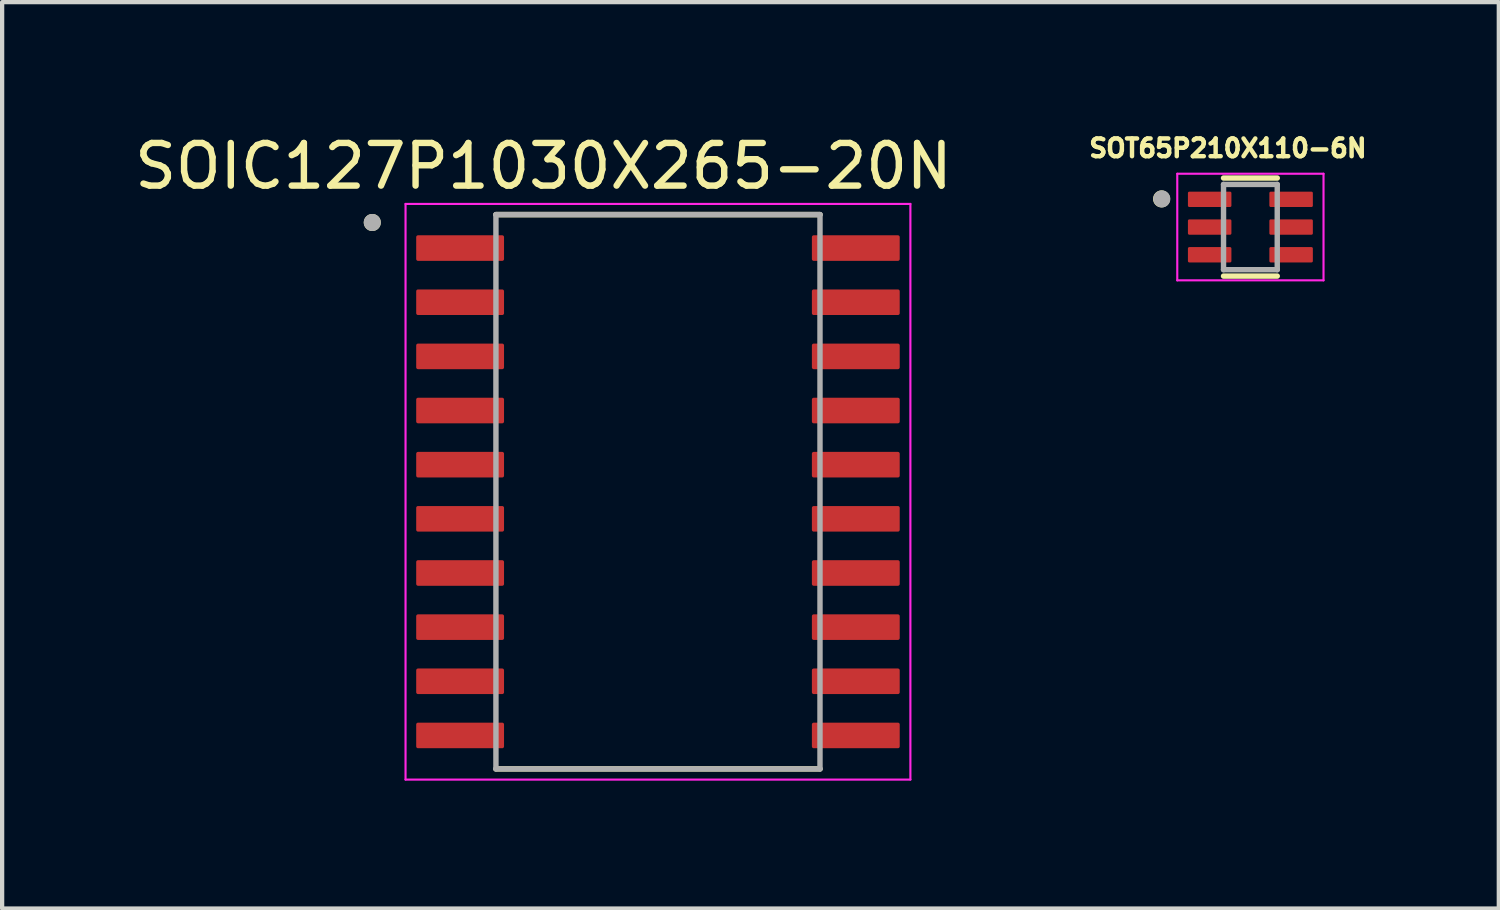
<source format=kicad_pcb>
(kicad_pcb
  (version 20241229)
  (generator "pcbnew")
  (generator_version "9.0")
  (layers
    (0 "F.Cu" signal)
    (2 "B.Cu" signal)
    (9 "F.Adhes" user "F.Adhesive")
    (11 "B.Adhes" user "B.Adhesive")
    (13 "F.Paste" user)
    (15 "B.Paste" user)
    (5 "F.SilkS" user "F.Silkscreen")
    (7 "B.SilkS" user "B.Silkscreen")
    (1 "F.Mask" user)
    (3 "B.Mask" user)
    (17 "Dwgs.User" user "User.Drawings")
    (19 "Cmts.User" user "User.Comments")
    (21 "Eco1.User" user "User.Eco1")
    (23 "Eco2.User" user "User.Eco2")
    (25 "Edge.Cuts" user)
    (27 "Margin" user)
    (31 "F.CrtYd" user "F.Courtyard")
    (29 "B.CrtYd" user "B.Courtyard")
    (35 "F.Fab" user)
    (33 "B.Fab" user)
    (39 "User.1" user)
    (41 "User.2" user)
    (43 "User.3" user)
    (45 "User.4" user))
  (footprint "SOIC127P1030X265-20N"
    (layer "F.Cu")
    (at 12.381 8.483)
    (property "Reference" "SOIC127P1030X265-20N" (at -2.685 -7.635 0) (layer "F.SilkS") (effects (font (size 1 1) (thickness 0.15))))
    (attr smd)
    (fp_line (start -3.8 -6.5) (end 3.8 -6.5) (stroke (width 0.127) (type solid)) (layer "F.SilkS"))
    (fp_line (start -3.8 6.5) (end 3.8 6.5) (stroke (width 0.127) (type solid)) (layer "F.SilkS"))
    (fp_circle (center -6.7 -6.315) (end -6.6 -6.315) (stroke (width 0.2) (type solid)) (fill no) (layer "F.SilkS"))
    (fp_line (start -5.92 -6.75) (end -5.92 6.75) (stroke (width 0.05) (type solid)) (layer "F.CrtYd"))
    (fp_line (start -5.92 -6.75) (end 5.92 -6.75) (stroke (width 0.05) (type solid)) (layer "F.CrtYd"))
    (fp_line (start -5.92 6.75) (end 5.92 6.75) (stroke (width 0.05) (type solid)) (layer "F.CrtYd"))
    (fp_line (start 5.92 -6.75) (end 5.92 6.75) (stroke (width 0.05) (type solid)) (layer "F.CrtYd"))
    (fp_line (start -3.8 -6.5) (end -3.8 6.5) (stroke (width 0.127) (type solid)) (layer "F.Fab"))
    (fp_line (start -3.8 -6.5) (end 3.8 -6.5) (stroke (width 0.127) (type solid)) (layer "F.Fab"))
    (fp_line (start -3.8 6.5) (end 3.8 6.5) (stroke (width 0.127) (type solid)) (layer "F.Fab"))
    (fp_line (start 3.8 -6.5) (end 3.8 6.5) (stroke (width 0.127) (type solid)) (layer "F.Fab"))
    (fp_circle (center -6.7 -6.315) (end -6.6 -6.315) (stroke (width 0.2) (type solid)) (fill no) (layer "F.Fab"))
    (pad "1" smd roundrect (at -4.64 -5.715) (size 2.06 0.6) (layers "F.Cu" "F.Mask" "F.Paste") (roundrect_rratio 0.07))
    (pad "2" smd roundrect (at -4.64 -4.445) (size 2.06 0.6) (layers "F.Cu" "F.Mask" "F.Paste") (roundrect_rratio 0.07))
    (pad "3" smd roundrect (at -4.64 -3.175) (size 2.06 0.6) (layers "F.Cu" "F.Mask" "F.Paste") (roundrect_rratio 0.07))
    (pad "4" smd roundrect (at -4.64 -1.905) (size 2.06 0.6) (layers "F.Cu" "F.Mask" "F.Paste") (roundrect_rratio 0.07))
    (pad "5" smd roundrect (at -4.64 -0.635) (size 2.06 0.6) (layers "F.Cu" "F.Mask" "F.Paste") (roundrect_rratio 0.07))
    (pad "6" smd roundrect (at -4.64 0.635) (size 2.06 0.6) (layers "F.Cu" "F.Mask" "F.Paste") (roundrect_rratio 0.07))
    (pad "7" smd roundrect (at -4.64 1.905) (size 2.06 0.6) (layers "F.Cu" "F.Mask" "F.Paste") (roundrect_rratio 0.07))
    (pad "8" smd roundrect (at -4.64 3.175) (size 2.06 0.6) (layers "F.Cu" "F.Mask" "F.Paste") (roundrect_rratio 0.07))
    (pad "9" smd roundrect (at -4.64 4.445) (size 2.06 0.6) (layers "F.Cu" "F.Mask" "F.Paste") (roundrect_rratio 0.07))
    (pad "10" smd roundrect (at -4.64 5.715) (size 2.06 0.6) (layers "F.Cu" "F.Mask" "F.Paste") (roundrect_rratio 0.07))
    (pad "11" smd roundrect (at 4.64 5.715) (size 2.06 0.6) (layers "F.Cu" "F.Mask" "F.Paste") (roundrect_rratio 0.07))
    (pad "12" smd roundrect (at 4.64 4.445) (size 2.06 0.6) (layers "F.Cu" "F.Mask" "F.Paste") (roundrect_rratio 0.07))
    (pad "13" smd roundrect (at 4.64 3.175) (size 2.06 0.6) (layers "F.Cu" "F.Mask" "F.Paste") (roundrect_rratio 0.07))
    (pad "14" smd roundrect (at 4.64 1.905) (size 2.06 0.6) (layers "F.Cu" "F.Mask" "F.Paste") (roundrect_rratio 0.07))
    (pad "15" smd roundrect (at 4.64 0.635) (size 2.06 0.6) (layers "F.Cu" "F.Mask" "F.Paste") (roundrect_rratio 0.07))
    (pad "16" smd roundrect (at 4.64 -0.635) (size 2.06 0.6) (layers "F.Cu" "F.Mask" "F.Paste") (roundrect_rratio 0.07))
    (pad "17" smd roundrect (at 4.64 -1.905) (size 2.06 0.6) (layers "F.Cu" "F.Mask" "F.Paste") (roundrect_rratio 0.07))
    (pad "18" smd roundrect (at 4.64 -3.175) (size 2.06 0.6) (layers "F.Cu" "F.Mask" "F.Paste") (roundrect_rratio 0.07))
    (pad "19" smd roundrect (at 4.64 -4.445) (size 2.06 0.6) (layers "F.Cu" "F.Mask" "F.Paste") (roundrect_rratio 0.07))
    (pad "20" smd roundrect (at 4.64 -5.715) (size 2.06 0.6) (layers "F.Cu" "F.Mask" "F.Paste") (roundrect_rratio 0.07)))
  (footprint "SOT65P210X110-6N"
    (layer "F.Cu")
    (at 26.275 2.275)
    (property "Reference" "SOT65P210X110-6N" (at -0.528 -1.849 0) (layer "F.SilkS") (effects (font (size 0.416 0.416) (thickness 0.15))))
    (attr smd)
    (fp_line (start 0.63 -1.15) (end -0.63 -1.15) (stroke (width 0.127) (type solid)) (layer "F.SilkS"))
    (fp_line (start 0.63 1.15) (end -0.63 1.15) (stroke (width 0.127) (type solid)) (layer "F.SilkS"))
    (fp_circle (center -2.083 -0.66) (end -1.983 -0.66) (stroke (width 0.2) (type solid)) (fill no) (layer "F.SilkS"))
    (fp_line (start -1.715 -1.25) (end -1.715 1.25) (stroke (width 0.05) (type solid)) (layer "F.CrtYd"))
    (fp_line (start -1.715 1.25) (end 1.715 1.25) (stroke (width 0.05) (type solid)) (layer "F.CrtYd"))
    (fp_line (start 1.715 -1.25) (end -1.715 -1.25) (stroke (width 0.05) (type solid)) (layer "F.CrtYd"))
    (fp_line (start 1.715 1.25) (end 1.715 -1.25) (stroke (width 0.05) (type solid)) (layer "F.CrtYd"))
    (fp_line (start -0.63 -1) (end -0.63 1) (stroke (width 0.127) (type solid)) (layer "F.Fab"))
    (fp_line (start -0.63 1) (end 0.63 1) (stroke (width 0.127) (type solid)) (layer "F.Fab"))
    (fp_line (start 0.63 -1) (end -0.63 -1) (stroke (width 0.127) (type solid)) (layer "F.Fab"))
    (fp_line (start 0.63 1) (end 0.63 -1) (stroke (width 0.127) (type solid)) (layer "F.Fab"))
    (fp_circle (center -2.077 -0.66) (end -1.977 -0.66) (stroke (width 0.2) (type solid)) (fill no) (layer "F.Fab"))
    (pad "1" smd roundrect (at -0.955 -0.65) (size 1.02 0.36) (layers "F.Cu" "F.Mask" "F.Paste") (roundrect_rratio 0.09))
    (pad "2" smd roundrect (at -0.955 0) (size 1.02 0.36) (layers "F.Cu" "F.Mask" "F.Paste") (roundrect_rratio 0.09))
    (pad "3" smd roundrect (at -0.955 0.65) (size 1.02 0.36) (layers "F.Cu" "F.Mask" "F.Paste") (roundrect_rratio 0.09))
    (pad "4" smd roundrect (at 0.955 0.65 180) (size 1.02 0.36) (layers "F.Cu" "F.Mask" "F.Paste") (roundrect_rratio 0.09))
    (pad "5" smd roundrect (at 0.955 0 180) (size 1.02 0.36) (layers "F.Cu" "F.Mask" "F.Paste") (roundrect_rratio 0.09))
    (pad "6" smd roundrect (at 0.955 -0.65 180) (size 1.02 0.36) (layers "F.Cu" "F.Mask" "F.Paste") (roundrect_rratio 0.09)))
  (gr_rect
    (start -3 -3)
    (end 32.101 18.258)
    (stroke (width 0.1) (type default))
    (fill no)
    (layer "Edge.Cuts")))
</source>
